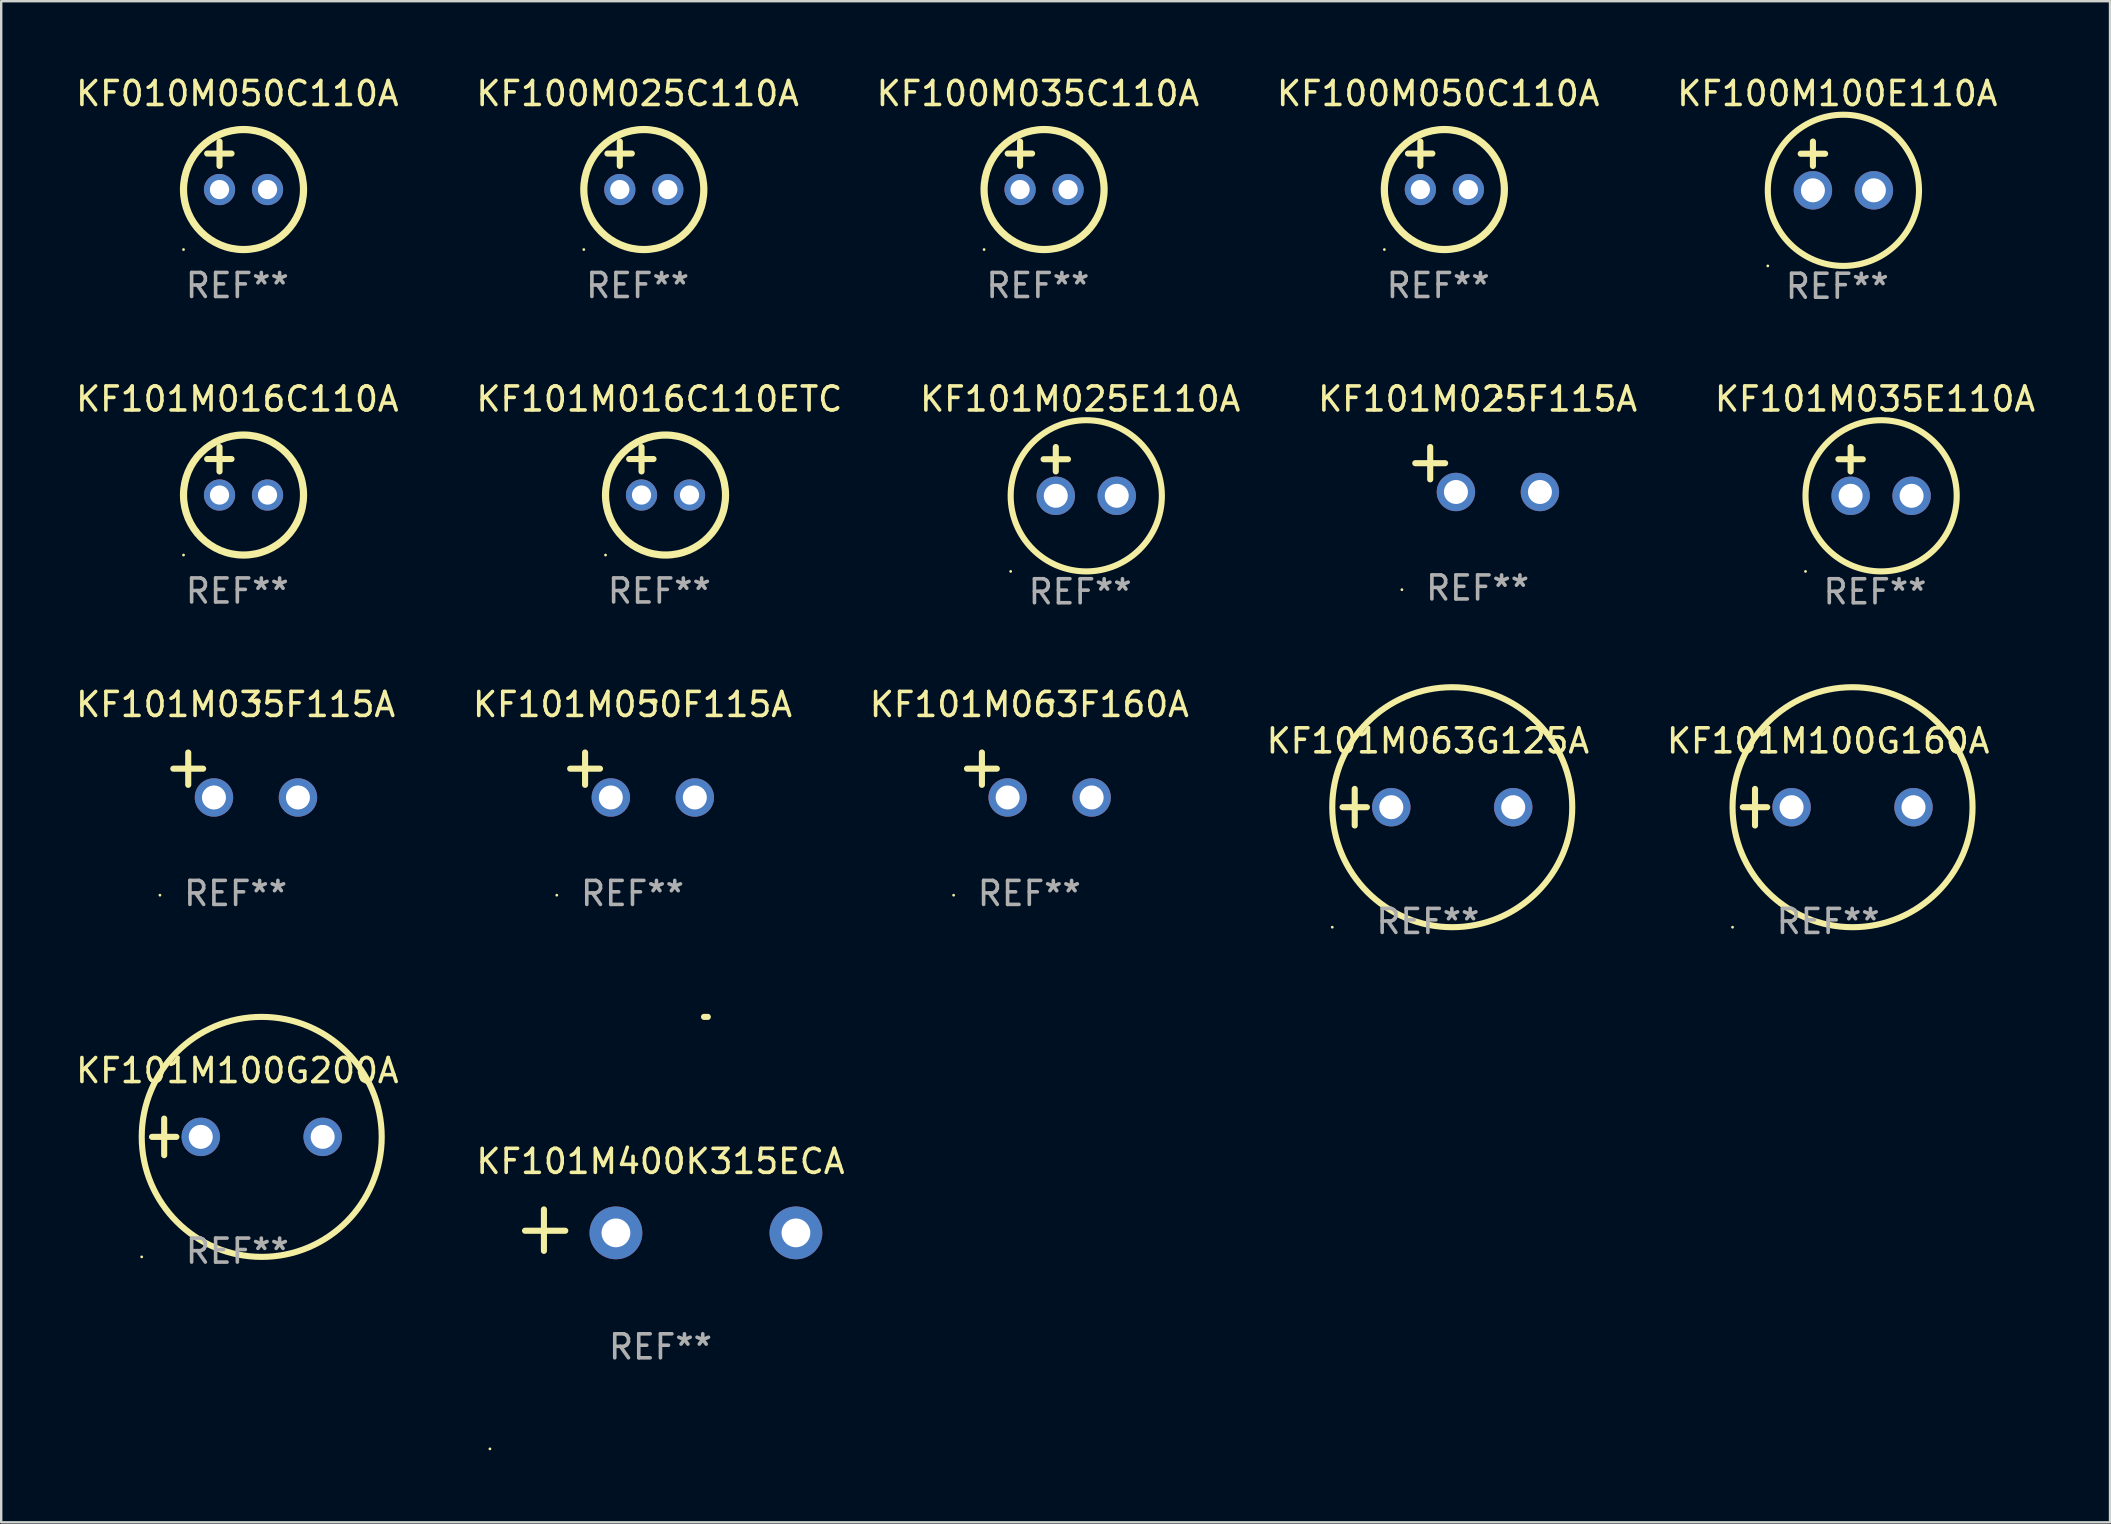
<source format=kicad_pcb>
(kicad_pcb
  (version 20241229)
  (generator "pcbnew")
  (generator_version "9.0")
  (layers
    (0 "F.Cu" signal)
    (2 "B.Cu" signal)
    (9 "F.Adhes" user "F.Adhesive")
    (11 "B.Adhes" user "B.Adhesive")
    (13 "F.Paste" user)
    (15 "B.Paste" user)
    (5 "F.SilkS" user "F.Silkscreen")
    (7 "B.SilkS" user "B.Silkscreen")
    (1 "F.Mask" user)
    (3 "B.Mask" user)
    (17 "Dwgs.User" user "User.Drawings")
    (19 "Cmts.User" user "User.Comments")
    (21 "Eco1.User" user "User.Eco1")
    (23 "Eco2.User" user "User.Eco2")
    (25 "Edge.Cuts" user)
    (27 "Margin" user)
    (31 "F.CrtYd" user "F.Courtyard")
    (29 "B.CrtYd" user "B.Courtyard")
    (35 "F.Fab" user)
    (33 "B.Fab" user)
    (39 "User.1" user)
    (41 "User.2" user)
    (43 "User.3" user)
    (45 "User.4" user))
  (footprint "KF101M100G160A"
    (layer "F.Cu")
    (at 73.125 30.584)
    (property "Reference" "KF101M100G160A" (at 0 -2.762 0) (layer "F.SilkS") (effects (font (size 1 1) (thickness 0.15))))
    (attr through_hole)
    (fp_line (start -3.556 0) (end -2.54 0) (stroke (width 0.254) (type solid)) (layer "F.SilkS"))
    (fp_line (start -3.048 -0.762) (end -3.048 0.762) (stroke (width 0.254) (type solid)) (layer "F.SilkS"))
    (fp_circle (center -3.984 5) (end -3.954 5) (stroke (width 0.06) (type solid)) (fill no) (layer "F.SilkS"))
    (fp_circle (center 1.016 0) (end 6.016 0) (stroke (width 0.254) (type solid)) (fill no) (layer "F.SilkS"))
    (fp_text user "REF**" (at 0 4.762 0) (layer "F.Fab") (effects (font (size 1 1) (thickness 0.15))))
    (pad "1" thru_hole circle (at -1.524 0) (size 1.6 1.6) (drill 1) (layers "*.Cu" "*.Mask"))
    (pad "2" thru_hole circle (at 3.556 0) (size 1.6 1.6) (drill 1) (layers "*.Cu" "*.Mask")))
  (footprint "KF101M100G200A"
    (layer "F.Cu")
    (at 6.839 44.321)
    (property "Reference" "KF101M100G200A" (at 0 -2.762 0) (layer "F.SilkS") (effects (font (size 1 1) (thickness 0.15))))
    (attr through_hole)
    (fp_line (start -3.556 0) (end -2.54 0) (stroke (width 0.254) (type solid)) (layer "F.SilkS"))
    (fp_line (start -3.048 -0.762) (end -3.048 0.762) (stroke (width 0.254) (type solid)) (layer "F.SilkS"))
    (fp_circle (center -3.984 5) (end -3.954 5) (stroke (width 0.06) (type solid)) (fill no) (layer "F.SilkS"))
    (fp_circle (center 1.016 0) (end 6.016 0) (stroke (width 0.254) (type solid)) (fill no) (layer "F.SilkS"))
    (fp_text user "REF**" (at 0 4.762 0) (layer "F.Fab") (effects (font (size 1 1) (thickness 0.15))))
    (pad "1" thru_hole circle (at -1.524 0) (size 1.6 1.6) (drill 1) (layers "*.Cu" "*.Mask"))
    (pad "2" thru_hole circle (at 3.556 0) (size 1.6 1.6) (drill 1) (layers "*.Cu" "*.Mask")))
  (footprint "KF100M100E110A"
    (layer "F.Cu")
    (at 73.506 3.864)
    (property "Reference" "KF100M100E110A" (at 0 -3.016 0) (layer "F.SilkS") (effects (font (size 1 1) (thickness 0.15))))
    (attr through_hole)
    (fp_line (start -1.524 -0.508) (end -0.508 -0.508) (stroke (width 0.254) (type solid)) (layer "F.SilkS"))
    (fp_line (start -1.016 -1.016) (end -1.016 0) (stroke (width 0.254) (type solid)) (layer "F.SilkS"))
    (fp_circle (center -2.896 4.166) (end -2.866 4.166) (stroke (width 0.06) (type solid)) (fill no) (layer "F.SilkS"))
    (fp_circle (center 0.254 1.016) (end 3.404 1.016) (stroke (width 0.254) (type solid)) (fill no) (layer "F.SilkS"))
    (fp_text user "REF**" (at 0 5.016 0) (layer "F.Fab") (effects (font (size 1 1) (thickness 0.15))))
    (pad "1" thru_hole circle (at -1.016 1.016) (size 1.6 1.6) (drill 1) (layers "*.Cu" "*.Mask"))
    (pad "2" thru_hole circle (at 1.524 1.016) (size 1.6 1.6) (drill 1) (layers "*.Cu" "*.Mask")))
  (footprint "KF100M025C110A"
    (layer "F.Cu")
    (at 23.518 3.848)
    (property "Reference" "KF100M025C110A" (at 0 -3 0) (layer "F.SilkS") (effects (font (size 1 1) (thickness 0.15))))
    (attr through_hole)
    (fp_line (start -1.258 -0.5) (end -0.242 -0.5) (stroke (width 0.254) (type solid)) (layer "F.SilkS"))
    (fp_line (start -0.742 -1) (end -0.742 0.016) (stroke (width 0.254) (type solid)) (layer "F.SilkS"))
    (fp_circle (center -2.242 3.5) (end -2.212 3.5) (stroke (width 0.06) (type solid)) (fill no) (layer "F.SilkS"))
    (fp_circle (center 0.258 1) (end 2.758 1) (stroke (width 0.3) (type solid)) (fill no) (layer "F.SilkS"))
    (fp_text user "REF**" (at 0 5 0) (layer "F.Fab") (effects (font (size 1 1) (thickness 0.15))))
    (pad "1" thru_hole circle (at -0.742 1) (size 1.3 1.3) (drill 0.8) (layers "*.Cu" "*.Mask"))
    (pad "2" thru_hole circle (at 1.258 1) (size 1.3 1.3) (drill 0.8) (layers "*.Cu" "*.Mask")))
  (footprint "KF010M050C110A"
    (layer "F.Cu")
    (at 6.839 3.848)
    (property "Reference" "KF010M050C110A" (at 0 -3 0) (layer "F.SilkS") (effects (font (size 1 1) (thickness 0.15))))
    (attr through_hole)
    (fp_line (start -1.258 -0.5) (end -0.242 -0.5) (stroke (width 0.254) (type solid)) (layer "F.SilkS"))
    (fp_line (start -0.742 -1) (end -0.742 0.016) (stroke (width 0.254) (type solid)) (layer "F.SilkS"))
    (fp_circle (center -2.242 3.5) (end -2.212 3.5) (stroke (width 0.06) (type solid)) (fill no) (layer "F.SilkS"))
    (fp_circle (center 0.258 1) (end 2.758 1) (stroke (width 0.3) (type solid)) (fill no) (layer "F.SilkS"))
    (fp_text user "REF**" (at 0 5 0) (layer "F.Fab") (effects (font (size 1 1) (thickness 0.15))))
    (pad "1" thru_hole circle (at -0.742 1) (size 1.3 1.3) (drill 0.8) (layers "*.Cu" "*.Mask"))
    (pad "2" thru_hole circle (at 1.258 1) (size 1.3 1.3) (drill 0.8) (layers "*.Cu" "*.Mask")))
  (footprint "KF101M063F160A"
    (layer "F.Cu")
    (at 39.839 29.242)
    (property "Reference" "KF101M063F160A" (at 0 -2.937 0) (layer "F.SilkS") (effects (font (size 1 1) (thickness 0.15))))
    (attr through_hole)
    (fp_line (start -1.975 0.41) (end -1.975 -0.937) (stroke (width 0.254) (type solid)) (layer "F.SilkS"))
    (fp_line (start -1.353 -0.263) (end -2.597 -0.263) (stroke (width 0.254) (type solid)) (layer "F.SilkS"))
    (fp_arc (start 0.849809 -3.063957) (mid 0.885369 -3.064114) (end 0.920929 -3.063957) (stroke (width 0.254001) (type solid)) (layer "F.SilkS"))
    (fp_circle (center -3.154 5.008) (end -3.124 5.008) (stroke (width 0.06) (type solid)) (fill no) (layer "F.SilkS"))
    (fp_text user "REF**" (at 0 4.937 0) (layer "F.Fab") (effects (font (size 1 1) (thickness 0.15))))
    (pad "1" thru_hole circle (at -0.903 0.937) (size 1.6 1.6) (drill 1) (layers "*.Cu" "*.Mask"))
    (pad "2" thru_hole circle (at 2.597 0.937) (size 1.6 1.6) (drill 1) (layers "*.Cu" "*.Mask")))
  (footprint "KF100M050C110A"
    (layer "F.Cu")
    (at 56.875 3.848)
    (property "Reference" "KF100M050C110A" (at 0 -3 0) (layer "F.SilkS") (effects (font (size 1 1) (thickness 0.15))))
    (attr through_hole)
    (fp_line (start -1.258 -0.5) (end -0.242 -0.5) (stroke (width 0.254) (type solid)) (layer "F.SilkS"))
    (fp_line (start -0.742 -1) (end -0.742 0.016) (stroke (width 0.254) (type solid)) (layer "F.SilkS"))
    (fp_circle (center -2.242 3.5) (end -2.212 3.5) (stroke (width 0.06) (type solid)) (fill no) (layer "F.SilkS"))
    (fp_circle (center 0.258 1) (end 2.758 1) (stroke (width 0.3) (type solid)) (fill no) (layer "F.SilkS"))
    (fp_text user "REF**" (at 0 5 0) (layer "F.Fab") (effects (font (size 1 1) (thickness 0.15))))
    (pad "1" thru_hole circle (at -0.742 1) (size 1.3 1.3) (drill 0.8) (layers "*.Cu" "*.Mask"))
    (pad "2" thru_hole circle (at 1.258 1) (size 1.3 1.3) (drill 0.8) (layers "*.Cu" "*.Mask")))
  (footprint "KF101M016C110ETC"
    (layer "F.Cu")
    (at 24.423 16.577)
    (property "Reference" "KF101M016C110ETC" (at 0 -3 0) (layer "F.SilkS") (effects (font (size 1 1) (thickness 0.15))))
    (attr through_hole)
    (fp_line (start -1.258 -0.5) (end -0.242 -0.5) (stroke (width 0.254) (type solid)) (layer "F.SilkS"))
    (fp_line (start -0.742 -1) (end -0.742 0.016) (stroke (width 0.254) (type solid)) (layer "F.SilkS"))
    (fp_circle (center -2.242 3.5) (end -2.212 3.5) (stroke (width 0.06) (type solid)) (fill no) (layer "F.SilkS"))
    (fp_circle (center 0.258 1) (end 2.758 1) (stroke (width 0.3) (type solid)) (fill no) (layer "F.SilkS"))
    (fp_text user "REF**" (at 0 5 0) (layer "F.Fab") (effects (font (size 1 1) (thickness 0.15))))
    (pad "1" thru_hole circle (at -0.742 1) (size 1.3 1.3) (drill 0.8) (layers "*.Cu" "*.Mask"))
    (pad "2" thru_hole circle (at 1.258 1) (size 1.3 1.3) (drill 0.8) (layers "*.Cu" "*.Mask")))
  (footprint "KF101M035E110A"
    (layer "F.Cu")
    (at 75.077 16.593)
    (property "Reference" "KF101M035E110A" (at 0 -3.016 0) (layer "F.SilkS") (effects (font (size 1 1) (thickness 0.15))))
    (attr through_hole)
    (fp_line (start -1.524 -0.508) (end -0.508 -0.508) (stroke (width 0.254) (type solid)) (layer "F.SilkS"))
    (fp_line (start -1.016 -1.016) (end -1.016 0) (stroke (width 0.254) (type solid)) (layer "F.SilkS"))
    (fp_circle (center -2.896 4.166) (end -2.866 4.166) (stroke (width 0.06) (type solid)) (fill no) (layer "F.SilkS"))
    (fp_circle (center 0.254 1.016) (end 3.404 1.016) (stroke (width 0.254) (type solid)) (fill no) (layer "F.SilkS"))
    (fp_text user "REF**" (at 0 5.016 0) (layer "F.Fab") (effects (font (size 1 1) (thickness 0.15))))
    (pad "1" thru_hole circle (at -1.016 1.016) (size 1.6 1.6) (drill 1) (layers "*.Cu" "*.Mask"))
    (pad "2" thru_hole circle (at 1.524 1.016) (size 1.6 1.6) (drill 1) (layers "*.Cu" "*.Mask")))
  (footprint "KF101M025E110A"
    (layer "F.Cu")
    (at 41.958 16.593)
    (property "Reference" "KF101M025E110A" (at 0 -3.016 0) (layer "F.SilkS") (effects (font (size 1 1) (thickness 0.15))))
    (attr through_hole)
    (fp_line (start -1.524 -0.508) (end -0.508 -0.508) (stroke (width 0.254) (type solid)) (layer "F.SilkS"))
    (fp_line (start -1.016 -1.016) (end -1.016 0) (stroke (width 0.254) (type solid)) (layer "F.SilkS"))
    (fp_circle (center -2.896 4.166) (end -2.866 4.166) (stroke (width 0.06) (type solid)) (fill no) (layer "F.SilkS"))
    (fp_circle (center 0.254 1.016) (end 3.404 1.016) (stroke (width 0.254) (type solid)) (fill no) (layer "F.SilkS"))
    (fp_text user "REF**" (at 0 5.016 0) (layer "F.Fab") (effects (font (size 1 1) (thickness 0.15))))
    (pad "1" thru_hole circle (at -1.016 1.016) (size 1.6 1.6) (drill 1) (layers "*.Cu" "*.Mask"))
    (pad "2" thru_hole circle (at 1.524 1.016) (size 1.6 1.6) (drill 1) (layers "*.Cu" "*.Mask")))
  (footprint "KF101M016C110A"
    (layer "F.Cu")
    (at 6.839 16.577)
    (property "Reference" "KF101M016C110A" (at 0 -3 0) (layer "F.SilkS") (effects (font (size 1 1) (thickness 0.15))))
    (attr through_hole)
    (fp_line (start -1.258 -0.5) (end -0.242 -0.5) (stroke (width 0.254) (type solid)) (layer "F.SilkS"))
    (fp_line (start -0.742 -1) (end -0.742 0.016) (stroke (width 0.254) (type solid)) (layer "F.SilkS"))
    (fp_circle (center -2.242 3.5) (end -2.212 3.5) (stroke (width 0.06) (type solid)) (fill no) (layer "F.SilkS"))
    (fp_circle (center 0.258 1) (end 2.758 1) (stroke (width 0.3) (type solid)) (fill no) (layer "F.SilkS"))
    (fp_text user "REF**" (at 0 5 0) (layer "F.Fab") (effects (font (size 1 1) (thickness 0.15))))
    (pad "1" thru_hole circle (at -0.742 1) (size 1.3 1.3) (drill 0.8) (layers "*.Cu" "*.Mask"))
    (pad "2" thru_hole circle (at 1.258 1) (size 1.3 1.3) (drill 0.8) (layers "*.Cu" "*.Mask")))
  (footprint "KF100M035C110A"
    (layer "F.Cu")
    (at 40.196 3.848)
    (property "Reference" "KF100M035C110A" (at 0 -3 0) (layer "F.SilkS") (effects (font (size 1 1) (thickness 0.15))))
    (attr through_hole)
    (fp_line (start -1.258 -0.5) (end -0.242 -0.5) (stroke (width 0.254) (type solid)) (layer "F.SilkS"))
    (fp_line (start -0.742 -1) (end -0.742 0.016) (stroke (width 0.254) (type solid)) (layer "F.SilkS"))
    (fp_circle (center -2.242 3.5) (end -2.212 3.5) (stroke (width 0.06) (type solid)) (fill no) (layer "F.SilkS"))
    (fp_circle (center 0.258 1) (end 2.758 1) (stroke (width 0.3) (type solid)) (fill no) (layer "F.SilkS"))
    (fp_text user "REF**" (at 0 5 0) (layer "F.Fab") (effects (font (size 1 1) (thickness 0.15))))
    (pad "1" thru_hole circle (at -0.742 1) (size 1.3 1.3) (drill 0.8) (layers "*.Cu" "*.Mask"))
    (pad "2" thru_hole circle (at 1.258 1) (size 1.3 1.3) (drill 0.8) (layers "*.Cu" "*.Mask")))
  (footprint "KF101M035F115A"
    (layer "F.Cu")
    (at 6.768 29.242)
    (property "Reference" "KF101M035F115A" (at 0 -2.937 0) (layer "F.SilkS") (effects (font (size 1 1) (thickness 0.15))))
    (attr through_hole)
    (fp_line (start -1.975 0.41) (end -1.975 -0.937) (stroke (width 0.254) (type solid)) (layer "F.SilkS"))
    (fp_line (start -1.353 -0.263) (end -2.597 -0.263) (stroke (width 0.254) (type solid)) (layer "F.SilkS"))
    (fp_arc (start 0.849809 -3.063957) (mid 0.885369 -3.064114) (end 0.920929 -3.063957) (stroke (width 0.254001) (type solid)) (layer "F.SilkS"))
    (fp_circle (center -3.154 5.008) (end -3.124 5.008) (stroke (width 0.06) (type solid)) (fill no) (layer "F.SilkS"))
    (fp_text user "REF**" (at 0 4.937 0) (layer "F.Fab") (effects (font (size 1 1) (thickness 0.15))))
    (pad "1" thru_hole circle (at -0.903 0.937) (size 1.6 1.6) (drill 1) (layers "*.Cu" "*.Mask"))
    (pad "2" thru_hole circle (at 2.597 0.937) (size 1.6 1.6) (drill 1) (layers "*.Cu" "*.Mask")))
  (footprint "KF101M025F115A"
    (layer "F.Cu")
    (at 58.518 16.513)
    (property "Reference" "KF101M025F115A" (at 0 -2.937 0) (layer "F.SilkS") (effects (font (size 1 1) (thickness 0.15))))
    (attr through_hole)
    (fp_line (start -1.975 0.41) (end -1.975 -0.937) (stroke (width 0.254) (type solid)) (layer "F.SilkS"))
    (fp_line (start -1.353 -0.263) (end -2.597 -0.263) (stroke (width 0.254) (type solid)) (layer "F.SilkS"))
    (fp_arc (start 0.849809 -3.063957) (mid 0.885369 -3.064114) (end 0.920929 -3.063957) (stroke (width 0.254001) (type solid)) (layer "F.SilkS"))
    (fp_circle (center -3.154 5.008) (end -3.124 5.008) (stroke (width 0.06) (type solid)) (fill no) (layer "F.SilkS"))
    (fp_text user "REF**" (at 0 4.937 0) (layer "F.Fab") (effects (font (size 1 1) (thickness 0.15))))
    (pad "1" thru_hole circle (at -0.903 0.937) (size 1.6 1.6) (drill 1) (layers "*.Cu" "*.Mask"))
    (pad "2" thru_hole circle (at 2.597 0.937) (size 1.6 1.6) (drill 1) (layers "*.Cu" "*.Mask")))
  (footprint "KF101M050F115A"
    (layer "F.Cu")
    (at 23.304 29.242)
    (property "Reference" "KF101M050F115A" (at 0 -2.937 0) (layer "F.SilkS") (effects (font (size 1 1) (thickness 0.15))))
    (attr through_hole)
    (fp_line (start -1.975 0.41) (end -1.975 -0.937) (stroke (width 0.254) (type solid)) (layer "F.SilkS"))
    (fp_line (start -1.353 -0.263) (end -2.597 -0.263) (stroke (width 0.254) (type solid)) (layer "F.SilkS"))
    (fp_arc (start 0.849809 -3.063957) (mid 0.885369 -3.064114) (end 0.920929 -3.063957) (stroke (width 0.254001) (type solid)) (layer "F.SilkS"))
    (fp_circle (center -3.154 5.008) (end -3.124 5.008) (stroke (width 0.06) (type solid)) (fill no) (layer "F.SilkS"))
    (fp_text user "REF**" (at 0 4.937 0) (layer "F.Fab") (effects (font (size 1 1) (thickness 0.15))))
    (pad "1" thru_hole circle (at -0.903 0.937) (size 1.6 1.6) (drill 1) (layers "*.Cu" "*.Mask"))
    (pad "2" thru_hole circle (at 2.597 0.937) (size 1.6 1.6) (drill 1) (layers "*.Cu" "*.Mask")))
  (footprint "KF101M063G125A"
    (layer "F.Cu")
    (at 56.446 30.584)
    (property "Reference" "KF101M063G125A" (at 0 -2.762 0) (layer "F.SilkS") (effects (font (size 1 1) (thickness 0.15))))
    (attr through_hole)
    (fp_line (start -3.556 0) (end -2.54 0) (stroke (width 0.254) (type solid)) (layer "F.SilkS"))
    (fp_line (start -3.048 -0.762) (end -3.048 0.762) (stroke (width 0.254) (type solid)) (layer "F.SilkS"))
    (fp_circle (center -3.984 5) (end -3.954 5) (stroke (width 0.06) (type solid)) (fill no) (layer "F.SilkS"))
    (fp_circle (center 1.016 0) (end 6.016 0) (stroke (width 0.254) (type solid)) (fill no) (layer "F.SilkS"))
    (fp_text user "REF**" (at 0 4.762 0) (layer "F.Fab") (effects (font (size 1 1) (thickness 0.15))))
    (pad "1" thru_hole circle (at -1.524 0) (size 1.6 1.6) (drill 1) (layers "*.Cu" "*.Mask"))
    (pad "2" thru_hole circle (at 3.556 0) (size 1.6 1.6) (drill 1) (layers "*.Cu" "*.Mask")))
  (footprint "KF101M400K315ECA"
    (layer "F.Cu")
    (at 24.47 48.207)
    (property "Reference" "KF101M400K315ECA" (at 0 -2.864 0) (layer "F.SilkS") (effects (font (size 1 1) (thickness 0.15))))
    (attr through_hole)
    (fp_line (start -4.856 0.864) (end -4.856 -0.864) (stroke (width 0.254) (type solid)) (layer "F.SilkS"))
    (fp_line (start -3.967 0.025) (end -5.644 0.025) (stroke (width 0.254) (type solid)) (layer "F.SilkS"))
    (fp_arc (start 1.815024 -8.885649) (mid 1.893764 -8.88599) (end 1.972504 -8.885649) (stroke (width 0.254001) (type solid)) (layer "F.SilkS"))
    (fp_circle (center -7.106 9.114) (end -7.076 9.114) (stroke (width 0.06) (type solid)) (fill no) (layer "F.SilkS"))
    (fp_text user "REF**" (at 0 4.864 0) (layer "F.Fab") (effects (font (size 1 1) (thickness 0.15))))
    (pad "1" thru_hole circle (at -1.856 0.114) (size 2.2 2.2) (drill 1.2) (layers "*.Cu" "*.Mask"))
    (pad "2" thru_hole circle (at 5.644 0.114) (size 2.2 2.2) (drill 1.2) (layers "*.Cu" "*.Mask")))
  (gr_rect
    (start -3 -3)
    (end 84.869 60.381)
    (stroke (width 0.1) (type default))
    (fill no)
    (layer "Edge.Cuts")))
</source>
